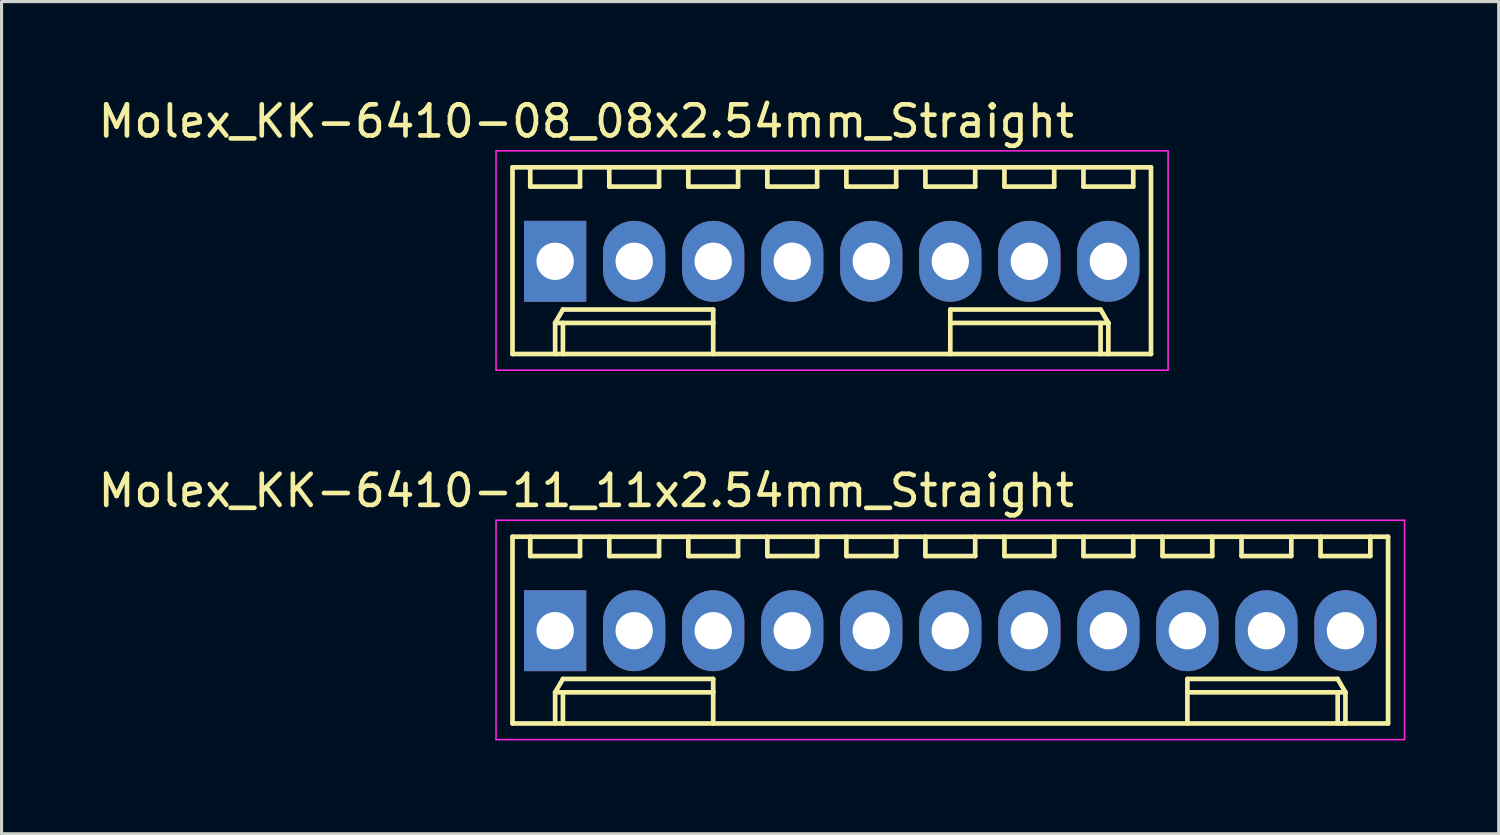
<source format=kicad_pcb>
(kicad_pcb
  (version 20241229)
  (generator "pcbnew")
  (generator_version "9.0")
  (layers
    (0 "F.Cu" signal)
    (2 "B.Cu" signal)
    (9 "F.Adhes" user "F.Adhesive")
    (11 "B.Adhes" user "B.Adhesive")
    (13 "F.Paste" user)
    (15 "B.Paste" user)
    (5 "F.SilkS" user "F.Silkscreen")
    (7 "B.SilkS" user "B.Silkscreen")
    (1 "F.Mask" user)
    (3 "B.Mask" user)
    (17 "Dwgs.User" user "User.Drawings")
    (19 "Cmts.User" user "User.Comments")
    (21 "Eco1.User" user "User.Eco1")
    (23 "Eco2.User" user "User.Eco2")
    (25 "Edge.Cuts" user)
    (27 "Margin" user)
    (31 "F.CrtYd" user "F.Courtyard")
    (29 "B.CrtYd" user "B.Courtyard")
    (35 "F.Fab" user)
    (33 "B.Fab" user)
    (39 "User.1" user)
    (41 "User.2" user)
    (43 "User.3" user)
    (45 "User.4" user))
  (footprint "Molex_KK-6410-11_11x2.54mm_Straight"
    (layer "F.Cu")
    (at 14.792 17.221)
    (property "Reference" "Molex_KK-6410-11_11x2.54mm_Straight" (at 1 -4.5 0) (layer "F.SilkS") (effects (font (size 1 1) (thickness 0.15))))
    (attr through_hole)
    (fp_line (start -1.37 -3.02) (end -1.37 2.98) (stroke (width 0.15) (type solid)) (layer "F.SilkS"))
    (fp_line (start -1.37 2.98) (end 26.77 2.98) (stroke (width 0.15) (type solid)) (layer "F.SilkS"))
    (fp_line (start -0.8 -3.02) (end -0.8 -2.4) (stroke (width 0.15) (type solid)) (layer "F.SilkS"))
    (fp_line (start -0.8 -2.4) (end 0.8 -2.4) (stroke (width 0.15) (type solid)) (layer "F.SilkS"))
    (fp_line (start 0 1.98) (end 0.25 1.55) (stroke (width 0.15) (type solid)) (layer "F.SilkS"))
    (fp_line (start 0 1.98) (end 5.08 1.98) (stroke (width 0.15) (type solid)) (layer "F.SilkS"))
    (fp_line (start 0 2.98) (end 0 1.98) (stroke (width 0.15) (type solid)) (layer "F.SilkS"))
    (fp_line (start 0.25 1.55) (end 5.08 1.55) (stroke (width 0.15) (type solid)) (layer "F.SilkS"))
    (fp_line (start 0.25 2.98) (end 0.25 1.98) (stroke (width 0.15) (type solid)) (layer "F.SilkS"))
    (fp_line (start 0.8 -2.4) (end 0.8 -3.02) (stroke (width 0.15) (type solid)) (layer "F.SilkS"))
    (fp_line (start 1.74 -3.02) (end 1.74 -2.4) (stroke (width 0.15) (type solid)) (layer "F.SilkS"))
    (fp_line (start 1.74 -2.4) (end 3.34 -2.4) (stroke (width 0.15) (type solid)) (layer "F.SilkS"))
    (fp_line (start 3.34 -2.4) (end 3.34 -3.02) (stroke (width 0.15) (type solid)) (layer "F.SilkS"))
    (fp_line (start 4.28 -3.02) (end 4.28 -2.4) (stroke (width 0.15) (type solid)) (layer "F.SilkS"))
    (fp_line (start 4.28 -2.4) (end 5.88 -2.4) (stroke (width 0.15) (type solid)) (layer "F.SilkS"))
    (fp_line (start 5.08 1.55) (end 5.08 1.98) (stroke (width 0.15) (type solid)) (layer "F.SilkS"))
    (fp_line (start 5.08 1.98) (end 5.08 2.98) (stroke (width 0.15) (type solid)) (layer "F.SilkS"))
    (fp_line (start 5.88 -2.4) (end 5.88 -3.02) (stroke (width 0.15) (type solid)) (layer "F.SilkS"))
    (fp_line (start 6.82 -3.02) (end 6.82 -2.4) (stroke (width 0.15) (type solid)) (layer "F.SilkS"))
    (fp_line (start 6.82 -2.4) (end 8.42 -2.4) (stroke (width 0.15) (type solid)) (layer "F.SilkS"))
    (fp_line (start 8.42 -2.4) (end 8.42 -3.02) (stroke (width 0.15) (type solid)) (layer "F.SilkS"))
    (fp_line (start 9.36 -3.02) (end 9.36 -2.4) (stroke (width 0.15) (type solid)) (layer "F.SilkS"))
    (fp_line (start 9.36 -2.4) (end 10.96 -2.4) (stroke (width 0.15) (type solid)) (layer "F.SilkS"))
    (fp_line (start 10.96 -2.4) (end 10.96 -3.02) (stroke (width 0.15) (type solid)) (layer "F.SilkS"))
    (fp_line (start 11.9 -3.02) (end 11.9 -2.4) (stroke (width 0.15) (type solid)) (layer "F.SilkS"))
    (fp_line (start 11.9 -2.4) (end 13.5 -2.4) (stroke (width 0.15) (type solid)) (layer "F.SilkS"))
    (fp_line (start 13.5 -2.4) (end 13.5 -3.02) (stroke (width 0.15) (type solid)) (layer "F.SilkS"))
    (fp_line (start 14.44 -3.02) (end 14.44 -2.4) (stroke (width 0.15) (type solid)) (layer "F.SilkS"))
    (fp_line (start 14.44 -2.4) (end 16.04 -2.4) (stroke (width 0.15) (type solid)) (layer "F.SilkS"))
    (fp_line (start 16.04 -2.4) (end 16.04 -3.02) (stroke (width 0.15) (type solid)) (layer "F.SilkS"))
    (fp_line (start 16.98 -3.02) (end 16.98 -2.4) (stroke (width 0.15) (type solid)) (layer "F.SilkS"))
    (fp_line (start 16.98 -2.4) (end 18.58 -2.4) (stroke (width 0.15) (type solid)) (layer "F.SilkS"))
    (fp_line (start 18.58 -2.4) (end 18.58 -3.02) (stroke (width 0.15) (type solid)) (layer "F.SilkS"))
    (fp_line (start 19.52 -3.02) (end 19.52 -2.4) (stroke (width 0.15) (type solid)) (layer "F.SilkS"))
    (fp_line (start 19.52 -2.4) (end 21.12 -2.4) (stroke (width 0.15) (type solid)) (layer "F.SilkS"))
    (fp_line (start 20.32 1.55) (end 20.32 1.98) (stroke (width 0.15) (type solid)) (layer "F.SilkS"))
    (fp_line (start 20.32 1.98) (end 20.32 2.98) (stroke (width 0.15) (type solid)) (layer "F.SilkS"))
    (fp_line (start 21.12 -2.4) (end 21.12 -3.02) (stroke (width 0.15) (type solid)) (layer "F.SilkS"))
    (fp_line (start 22.06 -3.02) (end 22.06 -2.4) (stroke (width 0.15) (type solid)) (layer "F.SilkS"))
    (fp_line (start 22.06 -2.4) (end 23.66 -2.4) (stroke (width 0.15) (type solid)) (layer "F.SilkS"))
    (fp_line (start 23.66 -2.4) (end 23.66 -3.02) (stroke (width 0.15) (type solid)) (layer "F.SilkS"))
    (fp_line (start 24.6 -3.02) (end 24.6 -2.4) (stroke (width 0.15) (type solid)) (layer "F.SilkS"))
    (fp_line (start 24.6 -2.4) (end 26.2 -2.4) (stroke (width 0.15) (type solid)) (layer "F.SilkS"))
    (fp_line (start 25.15 1.55) (end 20.32 1.55) (stroke (width 0.15) (type solid)) (layer "F.SilkS"))
    (fp_line (start 25.15 2.98) (end 25.15 1.98) (stroke (width 0.15) (type solid)) (layer "F.SilkS"))
    (fp_line (start 25.4 1.98) (end 20.32 1.98) (stroke (width 0.15) (type solid)) (layer "F.SilkS"))
    (fp_line (start 25.4 1.98) (end 25.15 1.55) (stroke (width 0.15) (type solid)) (layer "F.SilkS"))
    (fp_line (start 25.4 2.98) (end 25.4 1.98) (stroke (width 0.15) (type solid)) (layer "F.SilkS"))
    (fp_line (start 26.2 -2.4) (end 26.2 -3.02) (stroke (width 0.15) (type solid)) (layer "F.SilkS"))
    (fp_line (start 26.77 -3.02) (end -1.37 -3.02) (stroke (width 0.15) (type solid)) (layer "F.SilkS"))
    (fp_line (start 26.77 2.98) (end 26.77 -3.02) (stroke (width 0.15) (type solid)) (layer "F.SilkS"))
    (fp_line (start -1.9 -3.55) (end 27.3 -3.55) (stroke (width 0.05) (type solid)) (layer "F.CrtYd"))
    (fp_line (start -1.9 3.5) (end -1.9 -3.55) (stroke (width 0.05) (type solid)) (layer "F.CrtYd"))
    (fp_line (start 27.3 -3.55) (end 27.3 3.5) (stroke (width 0.05) (type solid)) (layer "F.CrtYd"))
    (fp_line (start 27.3 3.5) (end -1.9 3.5) (stroke (width 0.05) (type solid)) (layer "F.CrtYd"))
    (pad "1" thru_hole rect (at 0 0) (size 2 2.6) (drill 1.2) (layers "*.Cu" "*.Mask"))
    (pad "2" thru_hole oval (at 2.54 0) (size 2 2.6) (drill 1.2) (layers "*.Cu" "*.Mask"))
    (pad "3" thru_hole oval (at 5.08 0) (size 2 2.6) (drill 1.2) (layers "*.Cu" "*.Mask"))
    (pad "4" thru_hole oval (at 7.62 0) (size 2 2.6) (drill 1.2) (layers "*.Cu" "*.Mask"))
    (pad "5" thru_hole oval (at 10.16 0) (size 2 2.6) (drill 1.2) (layers "*.Cu" "*.Mask"))
    (pad "6" thru_hole oval (at 12.7 0) (size 2 2.6) (drill 1.2) (layers "*.Cu" "*.Mask"))
    (pad "7" thru_hole oval (at 15.24 0) (size 2 2.6) (drill 1.2) (layers "*.Cu" "*.Mask"))
    (pad "8" thru_hole oval (at 17.78 0) (size 2 2.6) (drill 1.2) (layers "*.Cu" "*.Mask"))
    (pad "9" thru_hole oval (at 20.32 0) (size 2 2.6) (drill 1.2) (layers "*.Cu" "*.Mask"))
    (pad "10" thru_hole oval (at 22.86 0) (size 2 2.6) (drill 1.2) (layers "*.Cu" "*.Mask"))
    (pad "11" thru_hole oval (at 25.4 0) (size 2 2.6) (drill 1.2) (layers "*.Cu" "*.Mask")))
  (footprint "Molex_KK-6410-08_08x2.54mm_Straight"
    (layer "F.Cu")
    (at 14.792 5.348)
    (property "Reference" "Molex_KK-6410-08_08x2.54mm_Straight" (at 1 -4.5 0) (layer "F.SilkS") (effects (font (size 1 1) (thickness 0.15))))
    (attr through_hole)
    (fp_line (start -1.37 -3.02) (end -1.37 2.98) (stroke (width 0.15) (type solid)) (layer "F.SilkS"))
    (fp_line (start -1.37 2.98) (end 19.15 2.98) (stroke (width 0.15) (type solid)) (layer "F.SilkS"))
    (fp_line (start -0.8 -3.02) (end -0.8 -2.4) (stroke (width 0.15) (type solid)) (layer "F.SilkS"))
    (fp_line (start -0.8 -2.4) (end 0.8 -2.4) (stroke (width 0.15) (type solid)) (layer "F.SilkS"))
    (fp_line (start 0 1.98) (end 0.25 1.55) (stroke (width 0.15) (type solid)) (layer "F.SilkS"))
    (fp_line (start 0 1.98) (end 5.08 1.98) (stroke (width 0.15) (type solid)) (layer "F.SilkS"))
    (fp_line (start 0 2.98) (end 0 1.98) (stroke (width 0.15) (type solid)) (layer "F.SilkS"))
    (fp_line (start 0.25 1.55) (end 5.08 1.55) (stroke (width 0.15) (type solid)) (layer "F.SilkS"))
    (fp_line (start 0.25 2.98) (end 0.25 1.98) (stroke (width 0.15) (type solid)) (layer "F.SilkS"))
    (fp_line (start 0.8 -2.4) (end 0.8 -3.02) (stroke (width 0.15) (type solid)) (layer "F.SilkS"))
    (fp_line (start 1.74 -3.02) (end 1.74 -2.4) (stroke (width 0.15) (type solid)) (layer "F.SilkS"))
    (fp_line (start 1.74 -2.4) (end 3.34 -2.4) (stroke (width 0.15) (type solid)) (layer "F.SilkS"))
    (fp_line (start 3.34 -2.4) (end 3.34 -3.02) (stroke (width 0.15) (type solid)) (layer "F.SilkS"))
    (fp_line (start 4.28 -3.02) (end 4.28 -2.4) (stroke (width 0.15) (type solid)) (layer "F.SilkS"))
    (fp_line (start 4.28 -2.4) (end 5.88 -2.4) (stroke (width 0.15) (type solid)) (layer "F.SilkS"))
    (fp_line (start 5.08 1.55) (end 5.08 1.98) (stroke (width 0.15) (type solid)) (layer "F.SilkS"))
    (fp_line (start 5.08 1.98) (end 5.08 2.98) (stroke (width 0.15) (type solid)) (layer "F.SilkS"))
    (fp_line (start 5.88 -2.4) (end 5.88 -3.02) (stroke (width 0.15) (type solid)) (layer "F.SilkS"))
    (fp_line (start 6.82 -3.02) (end 6.82 -2.4) (stroke (width 0.15) (type solid)) (layer "F.SilkS"))
    (fp_line (start 6.82 -2.4) (end 8.42 -2.4) (stroke (width 0.15) (type solid)) (layer "F.SilkS"))
    (fp_line (start 8.42 -2.4) (end 8.42 -3.02) (stroke (width 0.15) (type solid)) (layer "F.SilkS"))
    (fp_line (start 9.36 -3.02) (end 9.36 -2.4) (stroke (width 0.15) (type solid)) (layer "F.SilkS"))
    (fp_line (start 9.36 -2.4) (end 10.96 -2.4) (stroke (width 0.15) (type solid)) (layer "F.SilkS"))
    (fp_line (start 10.96 -2.4) (end 10.96 -3.02) (stroke (width 0.15) (type solid)) (layer "F.SilkS"))
    (fp_line (start 11.9 -3.02) (end 11.9 -2.4) (stroke (width 0.15) (type solid)) (layer "F.SilkS"))
    (fp_line (start 11.9 -2.4) (end 13.5 -2.4) (stroke (width 0.15) (type solid)) (layer "F.SilkS"))
    (fp_line (start 12.7 1.55) (end 12.7 1.98) (stroke (width 0.15) (type solid)) (layer "F.SilkS"))
    (fp_line (start 12.7 1.98) (end 12.7 2.98) (stroke (width 0.15) (type solid)) (layer "F.SilkS"))
    (fp_line (start 13.5 -2.4) (end 13.5 -3.02) (stroke (width 0.15) (type solid)) (layer "F.SilkS"))
    (fp_line (start 14.44 -3.02) (end 14.44 -2.4) (stroke (width 0.15) (type solid)) (layer "F.SilkS"))
    (fp_line (start 14.44 -2.4) (end 16.04 -2.4) (stroke (width 0.15) (type solid)) (layer "F.SilkS"))
    (fp_line (start 16.04 -2.4) (end 16.04 -3.02) (stroke (width 0.15) (type solid)) (layer "F.SilkS"))
    (fp_line (start 16.98 -3.02) (end 16.98 -2.4) (stroke (width 0.15) (type solid)) (layer "F.SilkS"))
    (fp_line (start 16.98 -2.4) (end 18.58 -2.4) (stroke (width 0.15) (type solid)) (layer "F.SilkS"))
    (fp_line (start 17.53 1.55) (end 12.7 1.55) (stroke (width 0.15) (type solid)) (layer "F.SilkS"))
    (fp_line (start 17.53 2.98) (end 17.53 1.98) (stroke (width 0.15) (type solid)) (layer "F.SilkS"))
    (fp_line (start 17.78 1.98) (end 12.7 1.98) (stroke (width 0.15) (type solid)) (layer "F.SilkS"))
    (fp_line (start 17.78 1.98) (end 17.53 1.55) (stroke (width 0.15) (type solid)) (layer "F.SilkS"))
    (fp_line (start 17.78 2.98) (end 17.78 1.98) (stroke (width 0.15) (type solid)) (layer "F.SilkS"))
    (fp_line (start 18.58 -2.4) (end 18.58 -3.02) (stroke (width 0.15) (type solid)) (layer "F.SilkS"))
    (fp_line (start 19.15 -3.02) (end -1.37 -3.02) (stroke (width 0.15) (type solid)) (layer "F.SilkS"))
    (fp_line (start 19.15 2.98) (end 19.15 -3.02) (stroke (width 0.15) (type solid)) (layer "F.SilkS"))
    (fp_line (start -1.9 -3.55) (end 19.7 -3.55) (stroke (width 0.05) (type solid)) (layer "F.CrtYd"))
    (fp_line (start -1.9 3.5) (end -1.9 -3.55) (stroke (width 0.05) (type solid)) (layer "F.CrtYd"))
    (fp_line (start 19.7 -3.55) (end 19.7 3.5) (stroke (width 0.05) (type solid)) (layer "F.CrtYd"))
    (fp_line (start 19.7 3.5) (end -1.9 3.5) (stroke (width 0.05) (type solid)) (layer "F.CrtYd"))
    (pad "1" thru_hole rect (at 0 0) (size 2 2.6) (drill 1.2) (layers "*.Cu" "*.Mask"))
    (pad "2" thru_hole oval (at 2.54 0) (size 2 2.6) (drill 1.2) (layers "*.Cu" "*.Mask"))
    (pad "3" thru_hole oval (at 5.08 0) (size 2 2.6) (drill 1.2) (layers "*.Cu" "*.Mask"))
    (pad "4" thru_hole oval (at 7.62 0) (size 2 2.6) (drill 1.2) (layers "*.Cu" "*.Mask"))
    (pad "5" thru_hole oval (at 10.16 0) (size 2 2.6) (drill 1.2) (layers "*.Cu" "*.Mask"))
    (pad "6" thru_hole oval (at 12.7 0) (size 2 2.6) (drill 1.2) (layers "*.Cu" "*.Mask"))
    (pad "7" thru_hole oval (at 15.24 0) (size 2 2.6) (drill 1.2) (layers "*.Cu" "*.Mask"))
    (pad "8" thru_hole oval (at 17.78 0) (size 2 2.6) (drill 1.2) (layers "*.Cu" "*.Mask")))
  (gr_rect
    (start -3 -3)
    (end 45.117 23.747)
    (stroke (width 0.1) (type default))
    (fill no)
    (layer "Edge.Cuts")))
</source>
